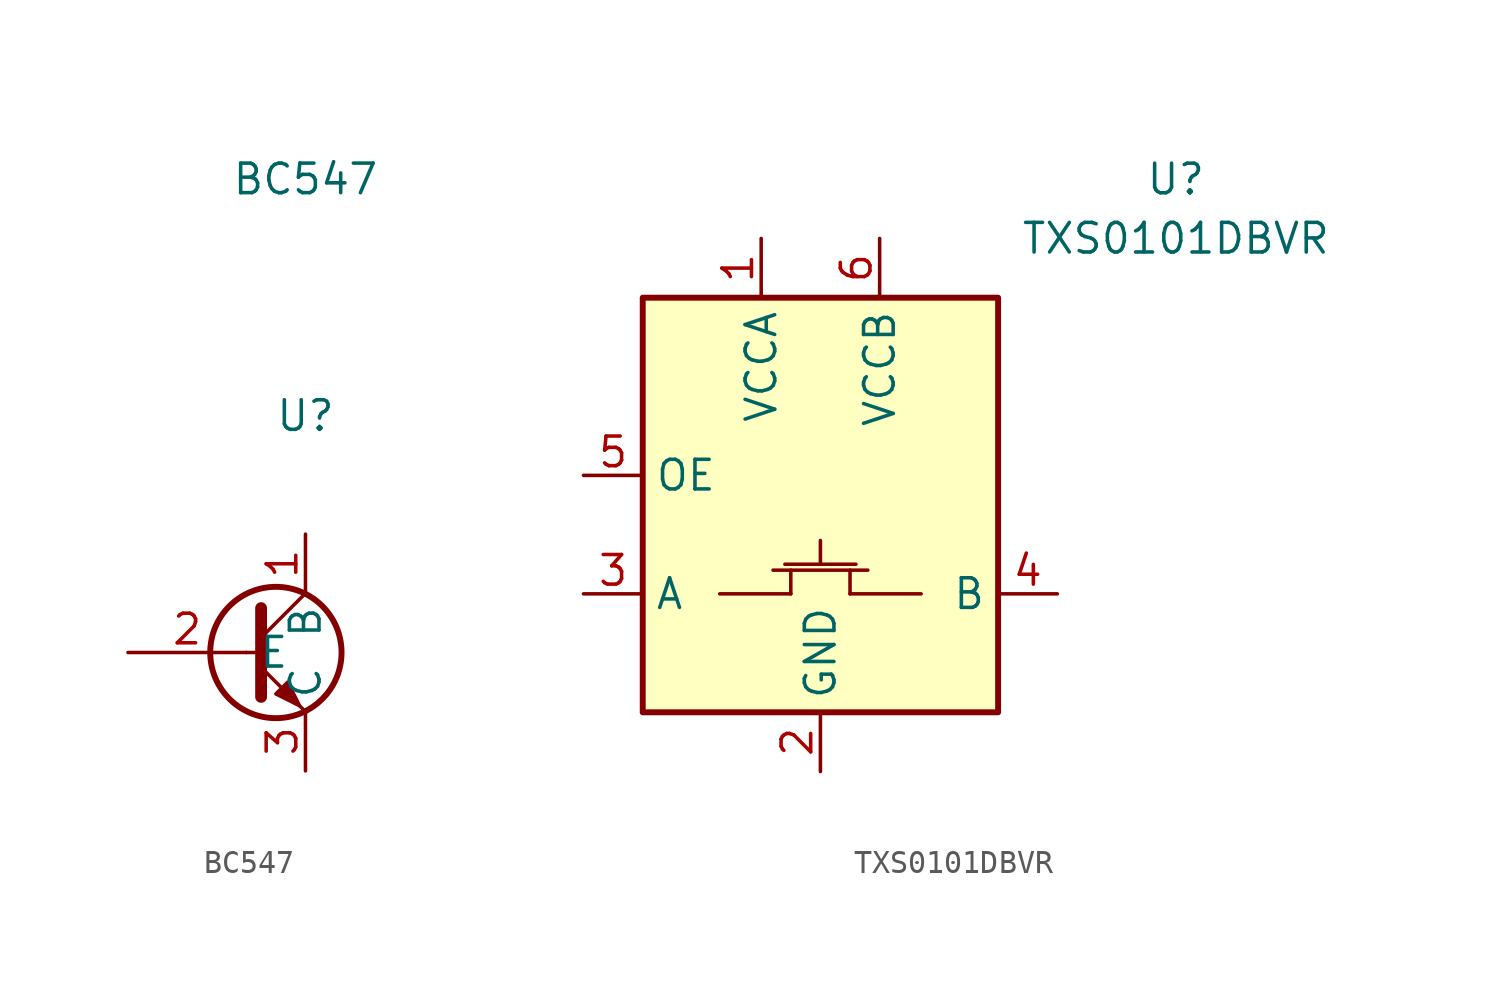
<source format=kicad_sym>
(kicad_symbol_lib
  (version 20211014)
  (generator kicad_symbol_editor)
  (symbol "BC547"
    (property "Reference" "U"
      (at 0 10.16 0)
      (effects (font (size 1.27 1.27))))
    (property "Value" "BC547"
      (at 0 20.32 0)
      (effects (font (size 1.27 1.27))))
    (symbol "BC547_0_1"
      (circle (center -1.27 0) (radius 2.819) (stroke (width 0.254) (type default) (color 0 0 0 0)) (fill (type none)))
      (polyline (pts (xy -2.54 0) (xy -1.905 0)) (stroke (width 0) (type default) (color 0 0 0 0)) (fill (type none)))
      (polyline (pts (xy -1.905 0.635) (xy 0 2.54)) (stroke (width 0) (type default) (color 0 0 0 0)) (fill (type none)))
      (polyline (pts (xy -1.905 -0.635) (xy 0 -2.54) (xy 0 -2.54)) (stroke (width 0) (type default) (color 0 0 0 0)) (fill (type none)))
      (polyline (pts (xy -1.905 1.905) (xy -1.905 -1.905) (xy -1.905 -1.905)) (stroke (width 0.508) (type default) (color 0 0 0 0)) (fill (type none)))
      (polyline (pts (xy -1.27 -1.778) (xy -0.762 -1.27) (xy -0.254 -2.286) (xy -1.27 -1.778) (xy -1.27 -1.778)) (stroke (width 0) (type default) (color 0 0 0 0)) (fill (type outline))))
    (symbol "BC547_1_1"
      (pin passive line (at 0 5.08 270) (length 2.54) (name "B" (effects (font (size 1.27 1.27)))) (number "1" (effects (font (size 1.27 1.27)))))
      (pin input line (at -7.62 0 0) (length 5.08) (name "E" (effects (font (size 1.27 1.27)))) (number "2" (effects (font (size 1.27 1.27)))))
      (pin passive line (at 0 -5.08 90) (length 2.54) (name "C" (effects (font (size 1.27 1.27)))) (number "3" (effects (font (size 1.27 1.27)))))))
  (symbol "TXS0101DBVR"
    (property "Reference" "U"
      (at 15.24 15.24 0)
      (effects (font (size 1.27 1.27))))
    (property "Value" "TXS0101DBVR"
      (at 15.24 12.7 0)
      (effects (font (size 1.27 1.27))))
    (symbol "TXS0101DBVR_0_1"
      (rectangle (start -7.62 10.16) (end 7.62 -7.62) (stroke (width 0.254) (type default) (color 0 0 0 0)) (fill (type background))))
    (symbol "TXS0101DBVR_1_1"
      (polyline (pts (xy -4.318 -2.54) (xy -1.27 -2.54)) (stroke (width 0) (type default) (color 0 0 0 0)) (fill (type none)))
      (polyline (pts (xy -2.032 -1.524) (xy 2.032 -1.524)) (stroke (width 0) (type default) (color 0 0 0 0)) (fill (type none)))
      (polyline (pts (xy -1.524 -1.27) (xy 1.524 -1.27)) (stroke (width 0) (type default) (color 0 0 0 0)) (fill (type none)))
      (polyline (pts (xy -1.27 -2.54) (xy -1.27 -1.524)) (stroke (width 0) (type default) (color 0 0 0 0)) (fill (type none)))
      (polyline (pts (xy 0 -1.27) (xy 0 -0.254)) (stroke (width 0) (type default) (color 0 0 0 0)) (fill (type none)))
      (polyline (pts (xy 1.27 -2.54) (xy 1.27 -1.524)) (stroke (width 0) (type default) (color 0 0 0 0)) (fill (type none)))
      (polyline (pts (xy 4.318 -2.54) (xy 1.27 -2.54)) (stroke (width 0) (type default) (color 0 0 0 0)) (fill (type none)))
      (pin power_in line (at -2.54 12.7 270) (length 2.54) (name "VCCA" (effects (font (size 1.27 1.27)))) (number "1" (effects (font (size 1.27 1.27)))))
      (pin power_in line (at 0 -10.16 90) (length 2.54) (name "GND" (effects (font (size 1.27 1.27)))) (number "2" (effects (font (size 1.27 1.27)))))
      (pin bidirectional line (at -10.16 -2.54 0) (length 2.54) (name "A" (effects (font (size 1.27 1.27)))) (number "3" (effects (font (size 1.27 1.27)))))
      (pin bidirectional line (at 10.16 -2.54 180) (length 2.54) (name "B" (effects (font (size 1.27 1.27)))) (number "4" (effects (font (size 1.27 1.27)))))
      (pin input line (at -10.16 2.54 0) (length 2.54) (name "OE" (effects (font (size 1.27 1.27)))) (number "5" (effects (font (size 1.27 1.27)))))
      (pin power_in line (at 2.54 12.7 270) (length 2.54) (name "VCCB" (effects (font (size 1.27 1.27)))) (number "6" (effects (font (size 1.27 1.27))))))))
</source>
